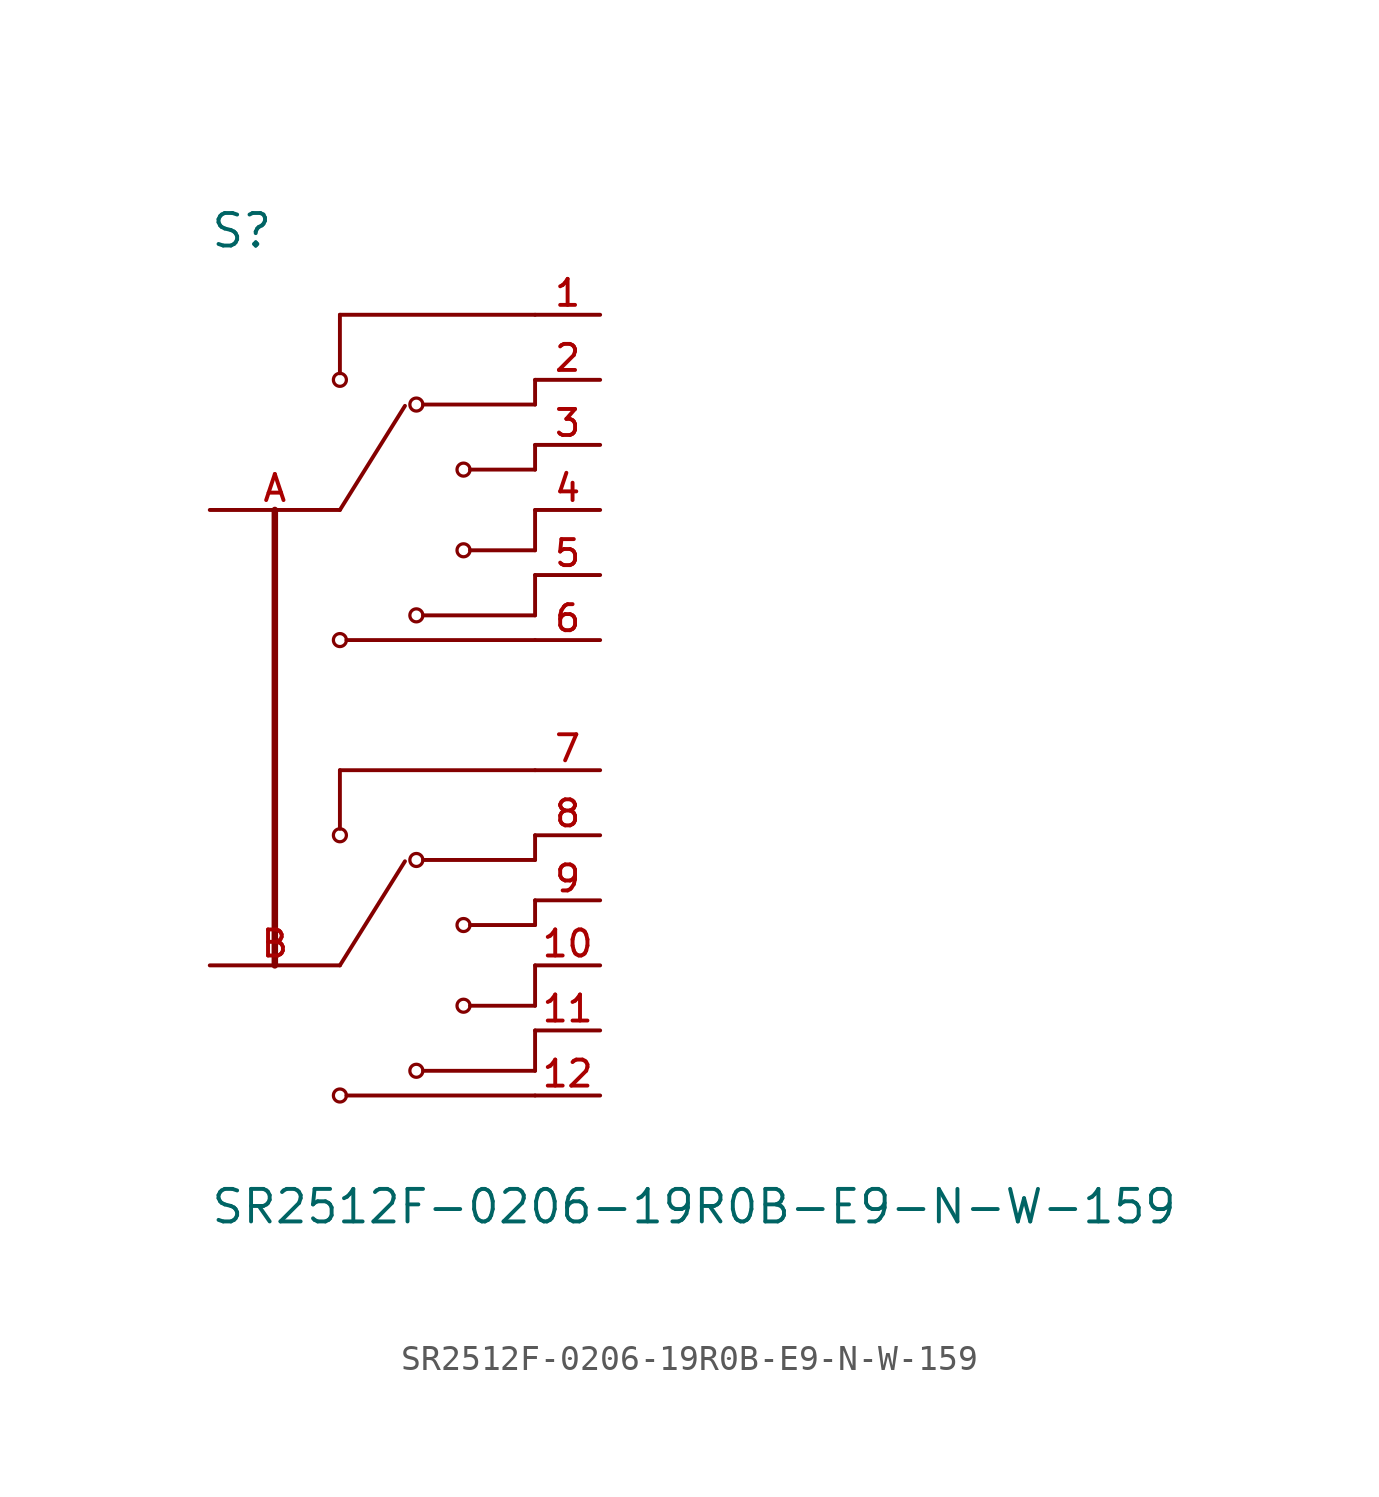
<source format=kicad_sym>
(kicad_symbol_lib
  (version 20211014)
  (generator kicad_symbol_editor)
  (symbol "SR2512F-0206-19R0B-E9-N-W-159"
    (pin_names
      (offset 1.016))
    (property "Reference" "S"
      (at -7.62 17.78 0)
      (effects (font (size 1.27 1.27)) (justify bottom left)))
    (property "Value" "SR2512F-0206-19R0B-E9-N-W-159"
      (at -7.62 -20.32 0)
      (effects (font (size 1.27 1.27)) (justify bottom left)))
    (symbol "SR2512F-0206-19R0B-E9-N-W-159_0_0"
      (circle (center -2.54 12.7) (radius 0.254) (stroke (width 0.127)) (fill (type none)))
      (circle (center 0.445 11.735) (radius 0.254) (stroke (width 0.127)) (fill (type none)))
      (circle (center 2.286 9.195) (radius 0.254) (stroke (width 0.127)) (fill (type none)))
      (circle (center 2.286 6.045) (radius 0.254) (stroke (width 0.127)) (fill (type none)))
      (circle (center -2.54 2.54) (radius 0.254) (stroke (width 0.127)) (fill (type none)))
      (polyline (pts (xy -2.54 7.62) (xy 0.0 11.684)) (stroke (width 0.152)))
      (circle (center 0.445 3.505) (radius 0.254) (stroke (width 0.127)) (fill (type none)))
      (polyline (pts (xy 5.08 15.24) (xy -2.54 15.24)) (stroke (width 0.152)))
      (polyline (pts (xy -2.54 15.24) (xy -2.54 12.954)) (stroke (width 0.152)))
      (polyline (pts (xy 5.08 2.54) (xy -2.286 2.54)) (stroke (width 0.152)))
      (polyline (pts (xy 5.08 5.08) (xy 5.08 3.505)) (stroke (width 0.152)))
      (polyline (pts (xy 5.08 3.505) (xy 0.711 3.505)) (stroke (width 0.152)))
      (polyline (pts (xy 5.08 7.62) (xy 5.08 6.045)) (stroke (width 0.152)))
      (polyline (pts (xy 5.08 6.045) (xy 2.54 6.045)) (stroke (width 0.152)))
      (polyline (pts (xy 5.08 10.16) (xy 5.08 9.195)) (stroke (width 0.152)))
      (polyline (pts (xy 5.08 9.195) (xy 2.54 9.195)) (stroke (width 0.152)))
      (polyline (pts (xy 5.08 12.7) (xy 5.08 11.735)) (stroke (width 0.152)))
      (polyline (pts (xy 5.08 11.735) (xy 0.711 11.735)) (stroke (width 0.152)))
      (circle (center -2.54 -5.08) (radius 0.254) (stroke (width 0.127)) (fill (type none)))
      (circle (center 0.445 -6.045) (radius 0.254) (stroke (width 0.127)) (fill (type none)))
      (circle (center 2.286 -8.585) (radius 0.254) (stroke (width 0.127)) (fill (type none)))
      (circle (center 2.286 -11.735) (radius 0.254) (stroke (width 0.127)) (fill (type none)))
      (circle (center -2.54 -15.24) (radius 0.254) (stroke (width 0.127)) (fill (type none)))
      (polyline (pts (xy -2.54 -10.16) (xy 0.0 -6.096)) (stroke (width 0.152)))
      (circle (center 0.445 -14.275) (radius 0.254) (stroke (width 0.127)) (fill (type none)))
      (polyline (pts (xy 5.08 -2.54) (xy -2.54 -2.54)) (stroke (width 0.152)))
      (polyline (pts (xy -2.54 -2.54) (xy -2.54 -4.826)) (stroke (width 0.152)))
      (polyline (pts (xy 5.08 -15.24) (xy -2.286 -15.24)) (stroke (width 0.152)))
      (polyline (pts (xy 5.08 -12.7) (xy 5.08 -14.275)) (stroke (width 0.152)))
      (polyline (pts (xy 5.08 -14.275) (xy 0.711 -14.275)) (stroke (width 0.152)))
      (polyline (pts (xy 5.08 -10.16) (xy 5.08 -11.735)) (stroke (width 0.152)))
      (polyline (pts (xy 5.08 -11.735) (xy 2.54 -11.735)) (stroke (width 0.152)))
      (polyline (pts (xy 5.08 -7.62) (xy 5.08 -8.585)) (stroke (width 0.152)))
      (polyline (pts (xy 5.08 -8.585) (xy 2.54 -8.585)) (stroke (width 0.152)))
      (polyline (pts (xy 5.08 -5.08) (xy 5.08 -6.045)) (stroke (width 0.152)))
      (polyline (pts (xy 5.08 -6.045) (xy 0.711 -6.045)) (stroke (width 0.152)))
      (polyline (pts (xy -5.08 7.62) (xy -5.08 -10.16)) (stroke (width 0.254)))
      (pin passive line (at 7.62 12.7 180.0) (length 2.54) (name "~" (effects (font (size 1.016 1.016)))) (number "2" (effects (font (size 1.016 1.016)))))
      (pin passive line (at 7.62 10.16 180.0) (length 2.54) (name "~" (effects (font (size 1.016 1.016)))) (number "3" (effects (font (size 1.016 1.016)))))
      (pin passive line (at 7.62 7.62 180.0) (length 2.54) (name "~" (effects (font (size 1.016 1.016)))) (number "4" (effects (font (size 1.016 1.016)))))
      (pin passive line (at 7.62 5.08 180.0) (length 2.54) (name "~" (effects (font (size 1.016 1.016)))) (number "5" (effects (font (size 1.016 1.016)))))
      (pin passive line (at 7.62 2.54 180.0) (length 2.54) (name "~" (effects (font (size 1.016 1.016)))) (number "6" (effects (font (size 1.016 1.016)))))
      (pin passive line (at -7.62 7.62 0) (length 5.08) (name "~" (effects (font (size 1.016 1.016)))) (number "A" (effects (font (size 1.016 1.016)))))
      (pin passive line (at 7.62 15.24 180.0) (length 2.54) (name "~" (effects (font (size 1.016 1.016)))) (number "1" (effects (font (size 1.016 1.016)))))
      (pin passive line (at 7.62 -5.08 180.0) (length 2.54) (name "~" (effects (font (size 1.016 1.016)))) (number "8" (effects (font (size 1.016 1.016)))))
      (pin passive line (at 7.62 -7.62 180.0) (length 2.54) (name "~" (effects (font (size 1.016 1.016)))) (number "9" (effects (font (size 1.016 1.016)))))
      (pin passive line (at 7.62 -10.16 180.0) (length 2.54) (name "~" (effects (font (size 1.016 1.016)))) (number "10" (effects (font (size 1.016 1.016)))))
      (pin passive line (at 7.62 -12.7 180.0) (length 2.54) (name "~" (effects (font (size 1.016 1.016)))) (number "11" (effects (font (size 1.016 1.016)))))
      (pin passive line (at 7.62 -15.24 180.0) (length 2.54) (name "~" (effects (font (size 1.016 1.016)))) (number "12" (effects (font (size 1.016 1.016)))))
      (pin passive line (at -7.62 -10.16 0) (length 5.08) (name "~" (effects (font (size 1.016 1.016)))) (number "B" (effects (font (size 1.016 1.016)))))
      (pin passive line (at 7.62 -2.54 180.0) (length 2.54) (name "~" (effects (font (size 1.016 1.016)))) (number "7" (effects (font (size 1.016 1.016))))))))
</source>
